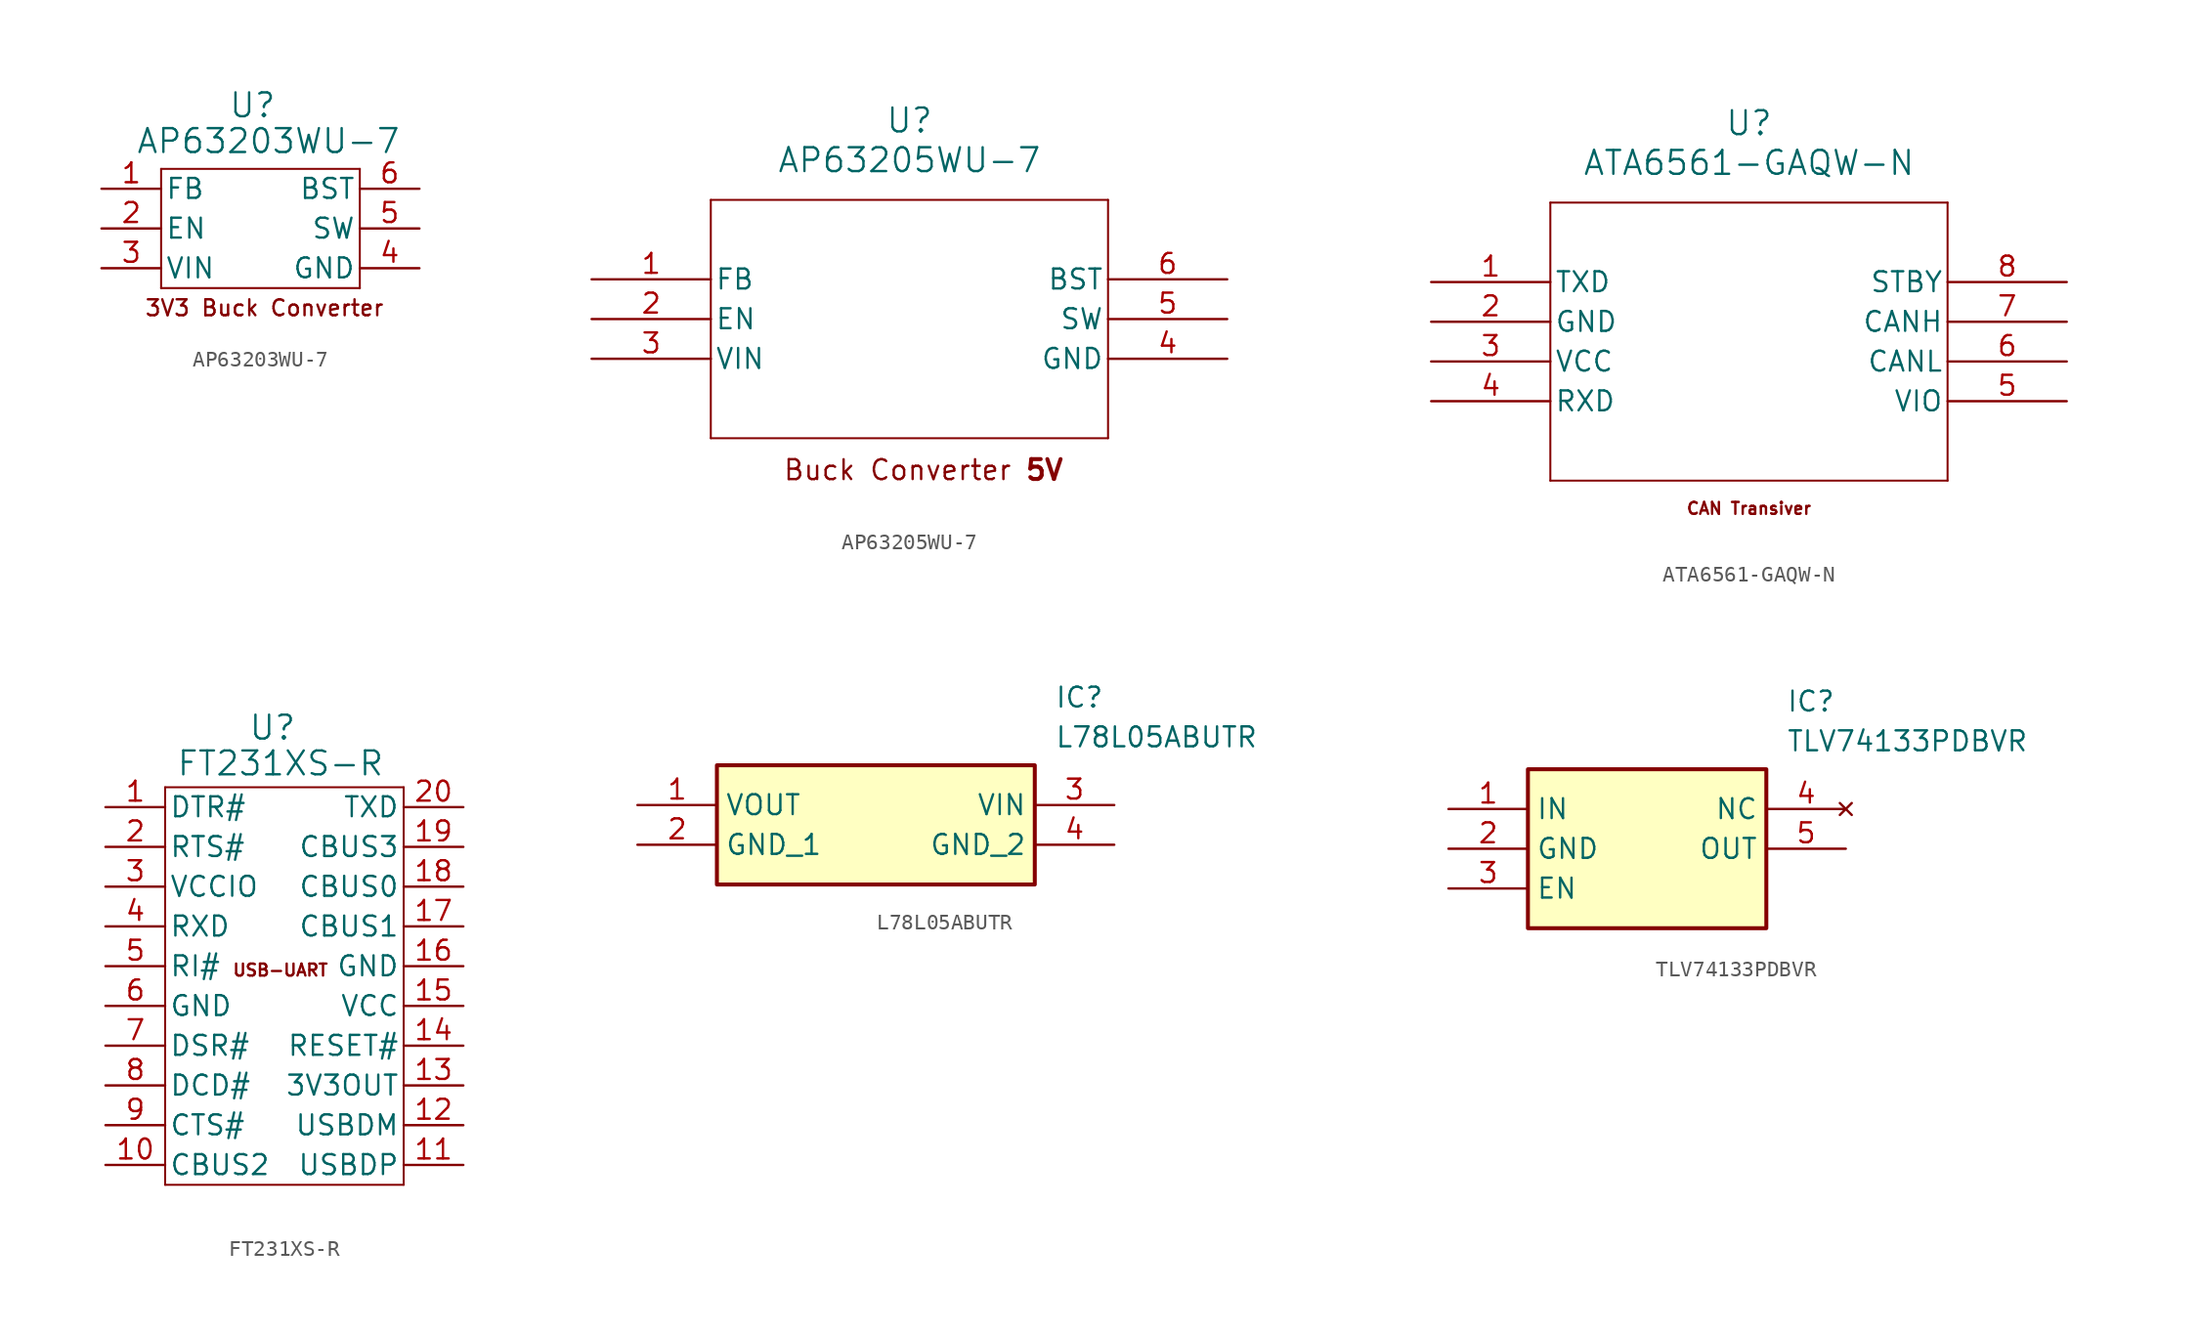
<source format=kicad_sym>
(kicad_symbol_lib
  (version 20241209)
  (generator "kicad_symbol_editor")
  (generator_version "9.0")
  (symbol "AP63203WU-7"
    (pin_names
      (offset 0.254))
    (property "Reference" "U"
      (at 13.462 5.334 0)
      (effects (font (size 1.524 1.524))))
    (property "Value" "AP63203WU-7"
      (at 14.478 3.048 0)
      (effects (font (size 1.524 1.524))))
    (symbol "AP63203WU-7_0_1"
      (polyline (pts (xy 7.62 1.27) (xy 7.62 -6.35)) (stroke (width 0.127) (type default)) (fill (type none)))
      (polyline (pts (xy 7.62 -6.35) (xy 20.32 -6.35)) (stroke (width 0.127) (type default)) (fill (type none)))
      (polyline (pts (xy 20.32 1.27) (xy 7.62 1.27)) (stroke (width 0.127) (type default)) (fill (type none)))
      (polyline (pts (xy 20.32 -6.35) (xy 20.32 1.27)) (stroke (width 0.127) (type default)) (fill (type none)))
      (pin output line (at 3.81 0 0) (length 3.81) (name "FB" (effects (font (size 1.27 1.27)))) (number "1" (effects (font (size 1.27 1.27)))))
      (pin input line (at 3.81 -2.54 0) (length 3.81) (name "EN" (effects (font (size 1.27 1.27)))) (number "2" (effects (font (size 1.27 1.27)))))
      (pin power_in line (at 3.81 -5.08 0) (length 3.81) (name "VIN" (effects (font (size 1.27 1.27)))) (number "3" (effects (font (size 1.27 1.27)))))
      (pin input line (at 24.13 0 180) (length 3.81) (name "BST" (effects (font (size 1.27 1.27)))) (number "6" (effects (font (size 1.27 1.27)))))
      (pin output line (at 24.13 -2.54 180) (length 3.81) (name "SW" (effects (font (size 1.27 1.27)))) (number "5" (effects (font (size 1.27 1.27)))))
      (pin power_out line (at 24.13 -5.08 180) (length 3.81) (name "GND" (effects (font (size 1.27 1.27)))) (number "4" (effects (font (size 1.27 1.27))))))
    (symbol "AP63203WU-7_1_1"
      (text "3V3 Buck Converter" (at 14.224 -7.62 0) (effects (font (size 1.016 1.016))))))
  (symbol "AP63205WU-7"
    (pin_names
      (offset 0.254))
    (property "Reference" "U"
      (at 20.32 10.16 0)
      (effects (font (size 1.524 1.524))))
    (property "Value" "AP63205WU-7"
      (at 20.32 7.62 0)
      (effects (font (size 1.524 1.524))))
    (symbol "AP63205WU-7_0_1"
      (polyline (pts (xy 7.62 5.08) (xy 7.62 -10.16)) (stroke (width 0.127) (type default)) (fill (type none)))
      (polyline (pts (xy 7.62 -10.16) (xy 33.02 -10.16)) (stroke (width 0.127) (type default)) (fill (type none)))
      (polyline (pts (xy 33.02 5.08) (xy 7.62 5.08)) (stroke (width 0.127) (type default)) (fill (type none)))
      (polyline (pts (xy 33.02 -10.16) (xy 33.02 5.08)) (stroke (width 0.127) (type default)) (fill (type none)))
      (pin unspecified line (at 0 0 0) (length 7.62) (name "FB" (effects (font (size 1.27 1.27)))) (number "1" (effects (font (size 1.27 1.27)))))
      (pin unspecified line (at 0 -2.54 0) (length 7.62) (name "EN" (effects (font (size 1.27 1.27)))) (number "2" (effects (font (size 1.27 1.27)))))
      (pin unspecified line (at 0 -5.08 0) (length 7.62) (name "VIN" (effects (font (size 1.27 1.27)))) (number "3" (effects (font (size 1.27 1.27)))))
      (pin unspecified line (at 40.64 0 180) (length 7.62) (name "BST" (effects (font (size 1.27 1.27)))) (number "6" (effects (font (size 1.27 1.27)))))
      (pin unspecified line (at 40.64 -2.54 180) (length 7.62) (name "SW" (effects (font (size 1.27 1.27)))) (number "5" (effects (font (size 1.27 1.27)))))
      (pin power_out line (at 40.64 -5.08 180) (length 7.62) (name "GND" (effects (font (size 1.27 1.27)))) (number "4" (effects (font (size 1.27 1.27))))))
    (symbol "AP63205WU-7_1_1"
      (text "Buck Converter" (at 19.558 -12.192 0) (effects (font (size 1.27 1.27))))
      (text "5V" (at 28.956 -12.192 0) (effects (font (size 1.27 1.27) (thickness 0.254) (bold yes))))))
  (symbol "ATA6561-GAQW-N"
    (pin_names
      (offset 0.254))
    (property "Reference" "U"
      (at 20.32 10.16 0)
      (effects (font (size 1.524 1.524))))
    (property "Value" "ATA6561-GAQW-N"
      (at 20.32 7.62 0)
      (effects (font (size 1.524 1.524))))
    (symbol "ATA6561-GAQW-N_0_1"
      (polyline (pts (xy 7.62 5.08) (xy 7.62 -12.7)) (stroke (width 0.127) (type default)) (fill (type none)))
      (polyline (pts (xy 7.62 -12.7) (xy 33.02 -12.7)) (stroke (width 0.127) (type default)) (fill (type none)))
      (polyline (pts (xy 33.02 5.08) (xy 7.62 5.08)) (stroke (width 0.127) (type default)) (fill (type none)))
      (polyline (pts (xy 33.02 -12.7) (xy 33.02 5.08)) (stroke (width 0.127) (type default)) (fill (type none)))
      (pin unspecified line (at 0 0 0) (length 7.62) (name "TXD" (effects (font (size 1.27 1.27)))) (number "1" (effects (font (size 1.27 1.27)))))
      (pin power_out line (at 0 -2.54 0) (length 7.62) (name "GND" (effects (font (size 1.27 1.27)))) (number "2" (effects (font (size 1.27 1.27)))))
      (pin power_in line (at 0 -5.08 0) (length 7.62) (name "VCC" (effects (font (size 1.27 1.27)))) (number "3" (effects (font (size 1.27 1.27)))))
      (pin unspecified line (at 0 -7.62 0) (length 7.62) (name "RXD" (effects (font (size 1.27 1.27)))) (number "4" (effects (font (size 1.27 1.27)))))
      (pin unspecified line (at 40.64 0 180) (length 7.62) (name "STBY" (effects (font (size 1.27 1.27)))) (number "8" (effects (font (size 1.27 1.27)))))
      (pin unspecified line (at 40.64 -2.54 180) (length 7.62) (name "CANH" (effects (font (size 1.27 1.27)))) (number "7" (effects (font (size 1.27 1.27)))))
      (pin unspecified line (at 40.64 -5.08 180) (length 7.62) (name "CANL" (effects (font (size 1.27 1.27)))) (number "6" (effects (font (size 1.27 1.27)))))
      (pin unspecified line (at 40.64 -7.62 180) (length 7.62) (name "VIO" (effects (font (size 1.27 1.27)))) (number "5" (effects (font (size 1.27 1.27))))))
    (symbol "ATA6561-GAQW-N_1_1"
      (text "CAN Transiver" (at 20.32 -14.478 0) (effects (font (size 0.762 0.762))))))
  (symbol "FT231XS-R"
    (pin_names
      (offset 0.254))
    (property "Reference" "U"
      (at -0.762 15.24 0)
      (effects (font (size 1.524 1.524))))
    (property "Value" "FT231XS-R"
      (at -0.254 12.954 0)
      (effects (font (size 1.524 1.524))))
    (symbol "FT231XS-R_0_1"
      (polyline (pts (xy -7.62 11.43) (xy -7.62 -13.97)) (stroke (width 0.127) (type default)) (fill (type none)))
      (polyline (pts (xy -7.62 -13.97) (xy 7.62 -13.97)) (stroke (width 0.127) (type default)) (fill (type none)))
      (polyline (pts (xy 7.62 11.43) (xy -7.62 11.43)) (stroke (width 0.127) (type default)) (fill (type none)))
      (polyline (pts (xy 7.62 -13.97) (xy 7.62 11.43)) (stroke (width 0.127) (type default)) (fill (type none)))
      (pin output line (at -11.43 10.16 0) (length 3.81) (name "DTR#" (effects (font (size 1.27 1.27)))) (number "1" (effects (font (size 1.27 1.27)))))
      (pin output line (at -11.43 7.62 0) (length 3.81) (name "RTS#" (effects (font (size 1.27 1.27)))) (number "2" (effects (font (size 1.27 1.27)))))
      (pin power_in line (at -11.43 5.08 0) (length 3.81) (name "VCCIO" (effects (font (size 1.27 1.27)))) (number "3" (effects (font (size 1.27 1.27)))))
      (pin input line (at -11.43 2.54 0) (length 3.81) (name "RXD" (effects (font (size 1.27 1.27)))) (number "4" (effects (font (size 1.27 1.27)))))
      (pin input line (at -11.43 0 0) (length 3.81) (name "RI#" (effects (font (size 1.27 1.27)))) (number "5" (effects (font (size 1.27 1.27)))))
      (pin power_out line (at -11.43 -2.54 0) (length 3.81) (name "GND" (effects (font (size 1.27 1.27)))) (number "6" (effects (font (size 1.27 1.27)))))
      (pin input line (at -11.43 -5.08 0) (length 3.81) (name "DSR#" (effects (font (size 1.27 1.27)))) (number "7" (effects (font (size 1.27 1.27)))))
      (pin input line (at -11.43 -7.62 0) (length 3.81) (name "DCD#" (effects (font (size 1.27 1.27)))) (number "8" (effects (font (size 1.27 1.27)))))
      (pin input line (at -11.43 -10.16 0) (length 3.81) (name "CTS#" (effects (font (size 1.27 1.27)))) (number "9" (effects (font (size 1.27 1.27)))))
      (pin bidirectional line (at -11.43 -12.7 0) (length 3.81) (name "CBUS2" (effects (font (size 1.27 1.27)))) (number "10" (effects (font (size 1.27 1.27)))))
      (pin output line (at 11.43 10.16 180) (length 3.81) (name "TXD" (effects (font (size 1.27 1.27)))) (number "20" (effects (font (size 1.27 1.27)))))
      (pin bidirectional line (at 11.43 7.62 180) (length 3.81) (name "CBUS3" (effects (font (size 1.27 1.27)))) (number "19" (effects (font (size 1.27 1.27)))))
      (pin bidirectional line (at 11.43 5.08 180) (length 3.81) (name "CBUS0" (effects (font (size 1.27 1.27)))) (number "18" (effects (font (size 1.27 1.27)))))
      (pin bidirectional line (at 11.43 2.54 180) (length 3.81) (name "CBUS1" (effects (font (size 1.27 1.27)))) (number "17" (effects (font (size 1.27 1.27)))))
      (pin power_out line (at 11.43 0 180) (length 3.81) (name "GND" (effects (font (size 1.27 1.27)))) (number "16" (effects (font (size 1.27 1.27)))))
      (pin power_in line (at 11.43 -2.54 180) (length 3.81) (name "VCC" (effects (font (size 1.27 1.27)))) (number "15" (effects (font (size 1.27 1.27)))))
      (pin input line (at 11.43 -5.08 180) (length 3.81) (name "RESET#" (effects (font (size 1.27 1.27)))) (number "14" (effects (font (size 1.27 1.27)))))
      (pin power_in line (at 11.43 -7.62 180) (length 3.81) (name "3V3OUT" (effects (font (size 1.27 1.27)))) (number "13" (effects (font (size 1.27 1.27)))))
      (pin input line (at 11.43 -10.16 180) (length 3.81) (name "USBDM" (effects (font (size 1.27 1.27)))) (number "12" (effects (font (size 1.27 1.27)))))
      (pin input line (at 11.43 -12.7 180) (length 3.81) (name "USBDP" (effects (font (size 1.27 1.27)))) (number "11" (effects (font (size 1.27 1.27))))))
    (symbol "FT231XS-R_1_1"
      (text "USB-UART" (at -0.254 -0.254 0) (effects (font (size 0.762 0.762))))))
  (symbol "L78L05ABUTR"
    (property "Reference" "IC"
      (at 26.67 7.62 0)
      (effects (font (size 1.27 1.27)) (justify left top)))
    (property "Value" "L78L05ABUTR"
      (at 26.67 5.08 0)
      (effects (font (size 1.27 1.27)) (justify left top)))
    (symbol "L78L05ABUTR_1_1"
      (rectangle (start 5.08 2.54) (end 25.4 -5.08) (stroke (width 0.254) (type default)) (fill (type background)))
      (pin passive line (at 0 0 0) (length 5.08) (name "VOUT" (effects (font (size 1.27 1.27)))) (number "1" (effects (font (size 1.27 1.27)))))
      (pin passive line (at 0 -2.54 0) (length 5.08) (name "GND_1" (effects (font (size 1.27 1.27)))) (number "2" (effects (font (size 1.27 1.27)))))
      (pin passive line (at 30.48 0 180) (length 5.08) (name "VIN" (effects (font (size 1.27 1.27)))) (number "3" (effects (font (size 1.27 1.27)))))
      (pin passive line (at 30.48 -2.54 180) (length 5.08) (name "GND_2" (effects (font (size 1.27 1.27)))) (number "4" (effects (font (size 1.27 1.27)))))))
  (symbol "TLV74133PDBVR"
    (property "Reference" "IC"
      (at 21.59 7.62 0)
      (effects (font (size 1.27 1.27)) (justify left top)))
    (property "Value" "TLV74133PDBVR"
      (at 21.59 5.08 0)
      (effects (font (size 1.27 1.27)) (justify left top)))
    (symbol "TLV74133PDBVR_1_1"
      (rectangle (start 5.08 2.54) (end 20.32 -7.62) (stroke (width 0.254) (type default)) (fill (type background)))
      (pin passive line (at 0 0 0) (length 5.08) (name "IN" (effects (font (size 1.27 1.27)))) (number "1" (effects (font (size 1.27 1.27)))))
      (pin passive line (at 0 -2.54 0) (length 5.08) (name "GND" (effects (font (size 1.27 1.27)))) (number "2" (effects (font (size 1.27 1.27)))))
      (pin passive line (at 0 -5.08 0) (length 5.08) (name "EN" (effects (font (size 1.27 1.27)))) (number "3" (effects (font (size 1.27 1.27)))))
      (pin no_connect line (at 25.4 0 180) (length 5.08) (name "NC" (effects (font (size 1.27 1.27)))) (number "4" (effects (font (size 1.27 1.27)))))
      (pin passive line (at 25.4 -2.54 180) (length 5.08) (name "OUT" (effects (font (size 1.27 1.27)))) (number "5" (effects (font (size 1.27 1.27))))))))
</source>
